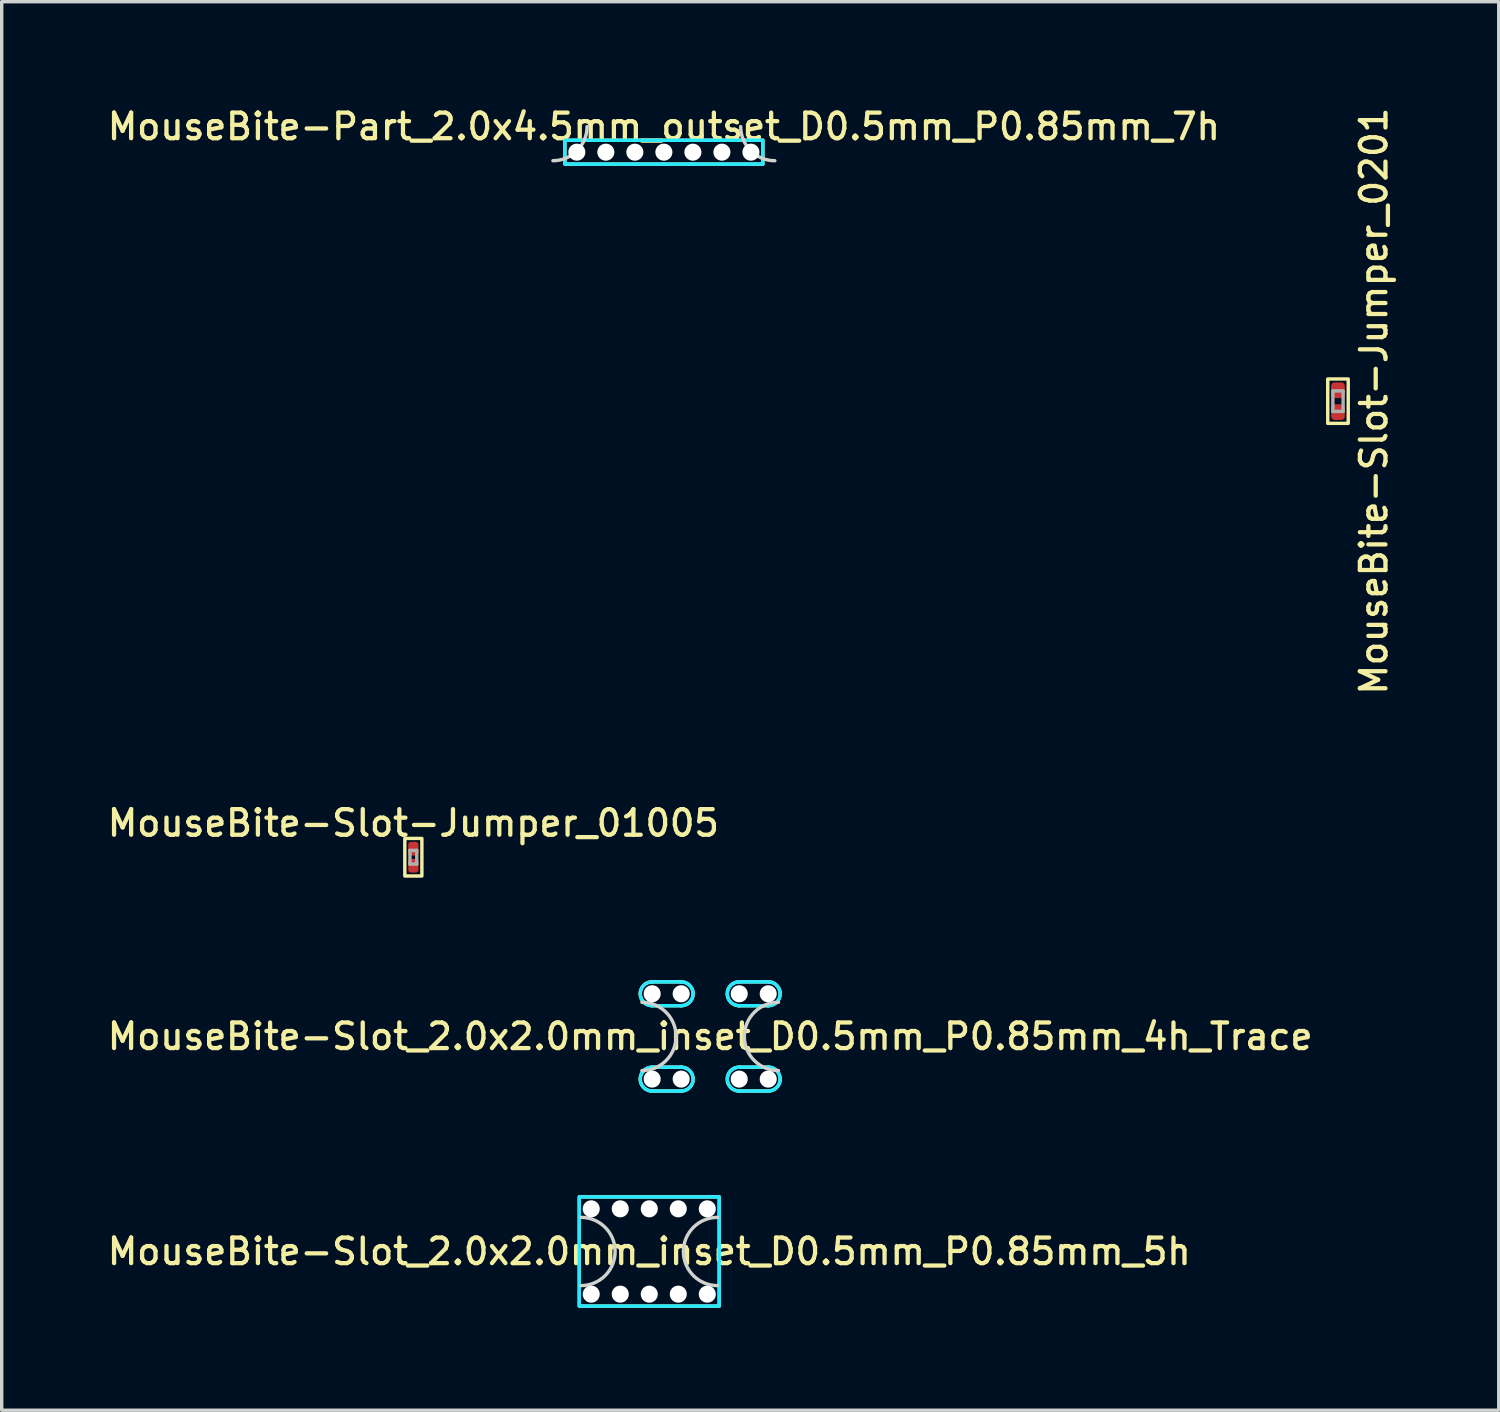
<source format=kicad_pcb>
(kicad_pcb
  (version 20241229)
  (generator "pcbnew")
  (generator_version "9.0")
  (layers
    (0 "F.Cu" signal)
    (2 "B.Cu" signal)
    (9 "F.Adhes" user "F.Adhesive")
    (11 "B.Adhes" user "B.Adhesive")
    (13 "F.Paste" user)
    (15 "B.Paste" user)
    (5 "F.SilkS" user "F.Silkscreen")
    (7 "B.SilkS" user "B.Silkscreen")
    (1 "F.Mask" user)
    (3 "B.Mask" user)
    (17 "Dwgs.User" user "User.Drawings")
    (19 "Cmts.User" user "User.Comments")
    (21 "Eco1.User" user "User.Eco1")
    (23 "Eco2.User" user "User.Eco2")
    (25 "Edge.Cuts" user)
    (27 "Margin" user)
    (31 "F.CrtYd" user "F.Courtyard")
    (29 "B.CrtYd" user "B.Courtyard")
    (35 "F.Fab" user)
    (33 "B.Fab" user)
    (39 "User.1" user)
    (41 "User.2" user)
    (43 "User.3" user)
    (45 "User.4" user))
  (footprint "MouseBite-Part_2.0x4.5mm_outset_D0.5mm_P0.85mm_7h"
    (layer "F.Cu")
    (at 16.398 1.658)
    (property "Reference" "MouseBite-Part_2.0x4.5mm_outset_D0.5mm_P0.85mm_7h" (at 0 -1 0) (layer "F.SilkS") (effects (font (size 0.75 0.75) (thickness 0.125))))
    (attr board_only exclude_from_pos_files exclude_from_bom dnp)
    (fp_rect (start -2.9 -0.6) (end 2.9 0.1) (stroke (width 0.1) (type solid)) (fill no) (layer "F.SilkS"))
    (fp_arc (start -2.25 -1) (mid -2.542893 -0.292893) (end -3.25 0) (stroke (width 0.1) (type solid)) (layer "Edge.Cuts"))
    (fp_arc (start 3.25 0) (mid 2.542893 -0.292893) (end 2.25 -1) (stroke (width 0.1) (type solid)) (layer "Edge.Cuts"))
    (fp_rect (start -2.9 -0.6) (end 2.9 0.1) (stroke (width 0.1) (type solid)) (fill no) (layer "B.CrtYd"))
    (pad "" np_thru_hole circle (at -2.55 -0.25 180) (size 0.5 0.5) (drill 0.5) (layers "*.Cu" "*.Mask"))
    (pad "" np_thru_hole circle (at -1.7 -0.25 180) (size 0.5 0.5) (drill 0.5) (layers "*.Cu" "*.Mask"))
    (pad "" np_thru_hole circle (at -0.85 -0.25 180) (size 0.5 0.5) (drill 0.5) (layers "*.Cu" "*.Mask"))
    (pad "" np_thru_hole circle (at 0 -0.25 180) (size 0.5 0.5) (drill 0.5) (layers "*.Cu" "*.Mask"))
    (pad "" np_thru_hole circle (at 0.85 -0.25 180) (size 0.5 0.5) (drill 0.5) (layers "*.Cu" "*.Mask"))
    (pad "" np_thru_hole circle (at 1.7 -0.25 180) (size 0.5 0.5) (drill 0.5) (layers "*.Cu" "*.Mask"))
    (pad "" np_thru_hole circle (at 2.55 -0.25 180) (size 0.5 0.5) (drill 0.5) (layers "*.Cu" "*.Mask")))
  (footprint "MouseBite-Slot-Jumper_01005"
    (layer "F.Cu")
    (at 9.059 22.062)
    (property "Reference" "MouseBite-Slot-Jumper_01005" (at 0 -1 0) (layer "F.SilkS") (effects (font (size 0.75 0.75) (thickness 0.125))))
    (attr smd board_only exclude_from_pos_files exclude_from_bom dnp)
    (fp_rect (start -0.25 -0.55) (end 0.25 0.55) (stroke (width 0.1) (type solid)) (fill no) (layer "F.SilkS"))
    (fp_line (start -0.1 -0.2) (end 0.1 -0.2) (stroke (width 0.1) (type solid)) (layer "F.Fab"))
    (fp_line (start -0.1 0.2) (end -0.1 -0.2) (stroke (width 0.1) (type solid)) (layer "F.Fab"))
    (fp_line (start 0.1 -0.2) (end 0.1 0.2) (stroke (width 0.1) (type solid)) (layer "F.Fab"))
    (fp_line (start 0.1 0.2) (end -0.1 0.2) (stroke (width 0.1) (type solid)) (layer "F.Fab"))
    (pad "1" smd roundrect (at 0 -0.25) (size 0.3 0.4) (layers "F.Cu" "F.Mask") (roundrect_rratio 0.25))
    (pad "2" smd roundrect (at 0 0.25) (size 0.3 0.4) (layers "F.Cu" "F.Mask") (roundrect_rratio 0.25)))
  (footprint "MouseBite-Slot_2.0x2.0mm_inset_D0.5mm_P0.85mm_4h_Trace"
    (layer "F.Cu")
    (at 17.755 28.312)
    (property "Reference" "MouseBite-Slot_2.0x2.0mm_inset_D0.5mm_P0.85mm_4h_Trace" (at 0 -1 0) (layer "F.SilkS") (effects (font (size 0.75 0.75) (thickness 0.125))))
    (attr board_only exclude_from_pos_files exclude_from_bom dnp)
    (fp_line (start -1.7 -1.9) (end -0.85 -1.9) (stroke (width 0.1) (type solid)) (layer "F.SilkS"))
    (fp_line (start -1.7 0.6) (end -0.85 0.6) (stroke (width 0.1) (type solid)) (layer "F.SilkS"))
    (fp_line (start -0.85 -2.6) (end -1.7 -2.6) (stroke (width 0.1) (type solid)) (layer "F.SilkS"))
    (fp_line (start -0.85 -0.1) (end -1.7 -0.1) (stroke (width 0.1) (type solid)) (layer "F.SilkS"))
    (fp_line (start 0.85 -1.9) (end 1.7 -1.9) (stroke (width 0.1) (type solid)) (layer "F.SilkS"))
    (fp_line (start 0.85 0.6) (end 1.7 0.6) (stroke (width 0.1) (type solid)) (layer "F.SilkS"))
    (fp_line (start 1.7 -2.6) (end 0.85 -2.6) (stroke (width 0.1) (type solid)) (layer "F.SilkS"))
    (fp_line (start 1.7 -0.1) (end 0.85 -0.1) (stroke (width 0.1) (type solid)) (layer "F.SilkS"))
    (fp_arc (start -1.7 -1.9) (mid -2.05 -2.25) (end -1.7 -2.6) (stroke (width 0.1) (type solid)) (layer "F.SilkS"))
    (fp_arc (start -1.7 0.6) (mid -2.05 0.25) (end -1.7 -0.1) (stroke (width 0.1) (type solid)) (layer "F.SilkS"))
    (fp_arc (start -0.85 -2.6) (mid -0.5 -2.25) (end -0.85 -1.9) (stroke (width 0.1) (type solid)) (layer "F.SilkS"))
    (fp_arc (start -0.85 -0.1) (mid -0.5 0.25) (end -0.85 0.6) (stroke (width 0.1) (type solid)) (layer "F.SilkS"))
    (fp_arc (start 0.85 -1.9) (mid 0.5 -2.25) (end 0.85 -2.6) (stroke (width 0.1) (type solid)) (layer "F.SilkS"))
    (fp_arc (start 0.85 0.6) (mid 0.5 0.25) (end 0.85 -0.1) (stroke (width 0.1) (type solid)) (layer "F.SilkS"))
    (fp_arc (start 1.7 -2.6) (mid 2.05 -2.25) (end 1.7 -1.9) (stroke (width 0.1) (type solid)) (layer "F.SilkS"))
    (fp_arc (start 1.7 -0.1) (mid 2.05 0.25) (end 1.7 0.6) (stroke (width 0.1) (type solid)) (layer "F.SilkS"))
    (fp_arc (start -2 -2) (mid -1 -1) (end -2 0) (stroke (width 0.1) (type solid)) (layer "Edge.Cuts"))
    (fp_arc (start 2 0) (mid 1 -1) (end 2 -2) (stroke (width 0.1) (type solid)) (layer "Edge.Cuts"))
    (fp_line (start -1.7 -1.9) (end -0.85 -1.9) (stroke (width 0.1) (type solid)) (layer "B.CrtYd"))
    (fp_line (start -1.7 0.6) (end -0.85 0.6) (stroke (width 0.1) (type solid)) (layer "B.CrtYd"))
    (fp_line (start -0.85 -2.6) (end -1.7 -2.6) (stroke (width 0.1) (type solid)) (layer "B.CrtYd"))
    (fp_line (start -0.85 -0.1) (end -1.7 -0.1) (stroke (width 0.1) (type solid)) (layer "B.CrtYd"))
    (fp_line (start 0.85 -1.9) (end 1.7 -1.9) (stroke (width 0.1) (type solid)) (layer "B.CrtYd"))
    (fp_line (start 0.85 0.6) (end 1.7 0.6) (stroke (width 0.1) (type solid)) (layer "B.CrtYd"))
    (fp_line (start 1.7 -2.6) (end 0.85 -2.6) (stroke (width 0.1) (type solid)) (layer "B.CrtYd"))
    (fp_line (start 1.7 -0.1) (end 0.85 -0.1) (stroke (width 0.1) (type solid)) (layer "B.CrtYd"))
    (fp_arc (start -1.7 -1.9) (mid -2.05 -2.25) (end -1.7 -2.6) (stroke (width 0.1) (type solid)) (layer "B.CrtYd"))
    (fp_arc (start -1.7 0.6) (mid -2.05 0.25) (end -1.7 -0.1) (stroke (width 0.1) (type solid)) (layer "B.CrtYd"))
    (fp_arc (start -0.85 -2.6) (mid -0.5 -2.25) (end -0.85 -1.9) (stroke (width 0.1) (type solid)) (layer "B.CrtYd"))
    (fp_arc (start -0.85 -0.1) (mid -0.5 0.25) (end -0.85 0.6) (stroke (width 0.1) (type solid)) (layer "B.CrtYd"))
    (fp_arc (start 0.85 -1.9) (mid 0.5 -2.25) (end 0.85 -2.6) (stroke (width 0.1) (type solid)) (layer "B.CrtYd"))
    (fp_arc (start 0.85 0.6) (mid 0.5 0.25) (end 0.85 -0.1) (stroke (width 0.1) (type solid)) (layer "B.CrtYd"))
    (fp_arc (start 1.7 -2.6) (mid 2.05 -2.25) (end 1.7 -1.9) (stroke (width 0.1) (type solid)) (layer "B.CrtYd"))
    (fp_arc (start 1.7 -0.1) (mid 2.05 0.25) (end 1.7 0.6) (stroke (width 0.1) (type solid)) (layer "B.CrtYd"))
    (pad "" np_thru_hole circle (at -1.7 -2.25) (size 0.5 0.5) (drill 0.5) (layers "*.Cu" "*.Mask"))
    (pad "" np_thru_hole circle (at -1.7 0.25 180) (size 0.5 0.5) (drill 0.5) (layers "*.Cu" "*.Mask"))
    (pad "" np_thru_hole circle (at -0.85 -2.25) (size 0.5 0.5) (drill 0.5) (layers "*.Cu" "*.Mask"))
    (pad "" np_thru_hole circle (at -0.85 0.25 180) (size 0.5 0.5) (drill 0.5) (layers "*.Cu" "*.Mask"))
    (pad "" np_thru_hole circle (at 0.85 -2.25) (size 0.5 0.5) (drill 0.5) (layers "*.Cu" "*.Mask"))
    (pad "" np_thru_hole circle (at 0.85 0.25 180) (size 0.5 0.5) (drill 0.5) (layers "*.Cu" "*.Mask"))
    (pad "" np_thru_hole circle (at 1.7 -2.25) (size 0.5 0.5) (drill 0.5) (layers "*.Cu" "*.Mask"))
    (pad "" np_thru_hole circle (at 1.7 0.25 180) (size 0.5 0.5) (drill 0.5) (layers "*.Cu" "*.Mask")))
  (footprint "MouseBite-Slot-Jumper_0201"
    (layer "F.Cu")
    (at 36.146 8.702)
    (property "Reference" "MouseBite-Slot-Jumper_0201" (at 1.05 0 270) (layer "F.SilkS") (effects (font (size 0.75 0.75) (thickness 0.125))))
    (attr smd board_only exclude_from_pos_files exclude_from_bom dnp)
    (fp_rect (start -0.3 -0.65) (end 0.3 0.65) (stroke (width 0.1) (type solid)) (fill no) (layer "F.SilkS"))
    (fp_line (start -0.15 -0.3) (end 0.15 -0.3) (stroke (width 0.1) (type solid)) (layer "F.Fab"))
    (fp_line (start -0.15 0.3) (end -0.15 -0.3) (stroke (width 0.1) (type solid)) (layer "F.Fab"))
    (fp_line (start 0.15 -0.3) (end 0.15 0.3) (stroke (width 0.1) (type solid)) (layer "F.Fab"))
    (fp_line (start 0.15 0.3) (end -0.15 0.3) (stroke (width 0.1) (type solid)) (layer "F.Fab"))
    (pad "1" smd roundrect (at 0 -0.32) (size 0.4 0.46) (layers "F.Cu" "F.Mask") (roundrect_rratio 0.25))
    (pad "2" smd roundrect (at 0 0.32) (size 0.4 0.46) (layers "F.Cu" "F.Mask") (roundrect_rratio 0.25)))
  (footprint "MouseBite-Slot_2.0x2.0mm_inset_D0.5mm_P0.85mm_5h"
    (layer "F.Cu")
    (at 15.97 34.612)
    (property "Reference" "MouseBite-Slot_2.0x2.0mm_inset_D0.5mm_P0.85mm_5h" (at 0 -1 0) (layer "F.SilkS") (effects (font (size 0.75 0.75) (thickness 0.125))))
    (attr board_only exclude_from_pos_files exclude_from_bom dnp)
    (fp_rect (start -2.05 -2.6) (end 2.05 0.6) (stroke (width 0.1) (type solid)) (fill no) (layer "F.SilkS"))
    (fp_arc (start -2 -2) (mid -1 -1) (end -2 0) (stroke (width 0.1) (type solid)) (layer "Edge.Cuts"))
    (fp_arc (start 2 0) (mid 1 -1) (end 2 -2) (stroke (width 0.1) (type solid)) (layer "Edge.Cuts"))
    (fp_rect (start -2.05 -2.6) (end 2.05 0.6) (stroke (width 0.1) (type solid)) (fill no) (layer "B.CrtYd"))
    (pad "" np_thru_hole circle (at -1.7 -2.25) (size 0.5 0.5) (drill 0.5) (layers "*.Cu" "*.Mask"))
    (pad "" np_thru_hole circle (at -1.7 0.25 180) (size 0.5 0.5) (drill 0.5) (layers "*.Cu" "*.Mask"))
    (pad "" np_thru_hole circle (at -0.85 -2.25) (size 0.5 0.5) (drill 0.5) (layers "*.Cu" "*.Mask"))
    (pad "" np_thru_hole circle (at -0.85 0.25 180) (size 0.5 0.5) (drill 0.5) (layers "*.Cu" "*.Mask"))
    (pad "" np_thru_hole circle (at 0 -2.25) (size 0.5 0.5) (drill 0.5) (layers "*.Cu" "*.Mask"))
    (pad "" np_thru_hole circle (at 0 0.25 180) (size 0.5 0.5) (drill 0.5) (layers "*.Cu" "*.Mask"))
    (pad "" np_thru_hole circle (at 0.85 -2.25) (size 0.5 0.5) (drill 0.5) (layers "*.Cu" "*.Mask"))
    (pad "" np_thru_hole circle (at 0.85 0.25 180) (size 0.5 0.5) (drill 0.5) (layers "*.Cu" "*.Mask"))
    (pad "" np_thru_hole circle (at 1.7 -2.25) (size 0.5 0.5) (drill 0.5) (layers "*.Cu" "*.Mask"))
    (pad "" np_thru_hole circle (at 1.7 0.25 180) (size 0.5 0.5) (drill 0.5) (layers "*.Cu" "*.Mask")))
  (gr_rect
    (start -3 -3)
    (end 40.855 38.262)
    (stroke (width 0.1) (type default))
    (fill no)
    (layer "Edge.Cuts")))
</source>
